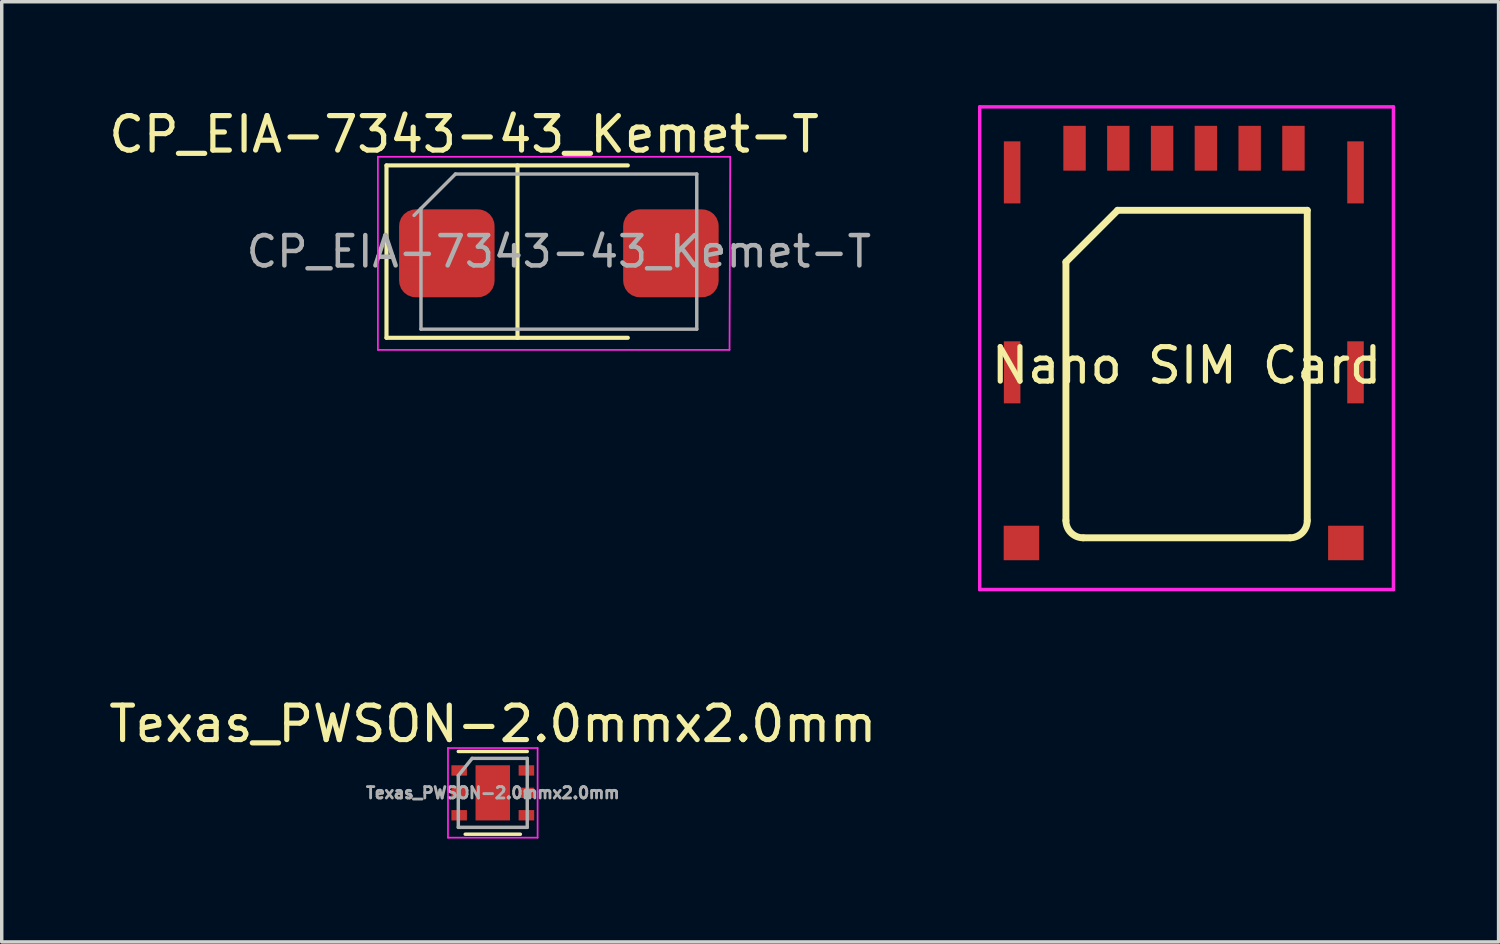
<source format=kicad_pcb>
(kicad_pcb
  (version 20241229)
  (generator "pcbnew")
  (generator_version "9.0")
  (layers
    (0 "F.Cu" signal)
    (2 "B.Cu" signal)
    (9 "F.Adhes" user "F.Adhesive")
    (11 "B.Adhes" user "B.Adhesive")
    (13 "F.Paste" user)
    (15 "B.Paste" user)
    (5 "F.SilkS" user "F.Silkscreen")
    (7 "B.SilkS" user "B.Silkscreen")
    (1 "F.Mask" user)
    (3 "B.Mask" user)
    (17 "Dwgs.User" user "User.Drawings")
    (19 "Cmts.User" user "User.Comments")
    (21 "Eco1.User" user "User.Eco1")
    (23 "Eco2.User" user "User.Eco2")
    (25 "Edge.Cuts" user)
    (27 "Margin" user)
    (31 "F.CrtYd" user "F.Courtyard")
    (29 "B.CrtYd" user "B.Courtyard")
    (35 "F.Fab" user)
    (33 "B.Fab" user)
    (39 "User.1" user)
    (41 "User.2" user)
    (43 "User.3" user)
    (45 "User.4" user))
  (footprint "Texas_PWSON-2.0mmx2.0mm"
    (layer "F.Cu")
    (at 11.244 19.948)
    (property "Reference" "Texas_PWSON-2.0mmx2.0mm" (at 0 -2 0) (layer "F.SilkS") (effects (font (size 1 1) (thickness 0.15))))
    (attr smd)
    (fp_line (start 0.8 1.2) (end -0.8 1.2) (stroke (width 0.1) (type solid)) (layer "F.SilkS"))
    (fp_line (start 1 -1.2) (end -1 -1.2) (stroke (width 0.1) (type solid)) (layer "F.SilkS"))
    (fp_line (start -1.3 -1.3) (end 1.3 -1.3) (stroke (width 0.05) (type solid)) (layer "F.CrtYd"))
    (fp_line (start -1.3 1.3) (end -1.3 -1.3) (stroke (width 0.05) (type solid)) (layer "F.CrtYd"))
    (fp_line (start -1.3 1.3) (end 1.3 1.3) (stroke (width 0.05) (type solid)) (layer "F.CrtYd"))
    (fp_line (start 1.3 1.3) (end 1.3 -1.3) (stroke (width 0.05) (type solid)) (layer "F.CrtYd"))
    (fp_line (start -1 -0.5) (end -0.6 -1) (stroke (width 0.1) (type solid)) (layer "F.Fab"))
    (fp_line (start -1 1) (end -1 -0.5) (stroke (width 0.1) (type solid)) (layer "F.Fab"))
    (fp_line (start 1 -1) (end -0.6 -1) (stroke (width 0.1) (type solid)) (layer "F.Fab"))
    (fp_line (start 1 -1) (end 1 1) (stroke (width 0.1) (type solid)) (layer "F.Fab"))
    (fp_line (start 1 1) (end -1 1) (stroke (width 0.1) (type solid)) (layer "F.Fab"))
    (fp_text user "${REFERENCE}" (at 0 0 0) (layer "F.Fab") (effects (font (size 0.33 0.33) (thickness 0.083))))
    (pad "1" smd rect (at -0.975 -0.65) (size 0.45 0.3) (layers "F.Cu" "F.Mask" "F.Paste"))
    (pad "2" smd rect (at -0.975 0) (size 0.45 0.3) (layers "F.Cu" "F.Mask" "F.Paste"))
    (pad "3" smd rect (at -0.975 0.65) (size 0.45 0.3) (layers "F.Cu" "F.Mask" "F.Paste"))
    (pad "4" smd rect (at 0.975 0.65) (size 0.45 0.3) (layers "F.Cu" "F.Mask" "F.Paste"))
    (pad "5" smd rect (at 0.975 0) (size 0.45 0.3) (layers "F.Cu" "F.Mask" "F.Paste"))
    (pad "6" smd rect (at 0.975 -0.65) (size 0.45 0.3) (layers "F.Cu" "F.Mask" "F.Paste"))
    (pad "7" smd rect (at 0 0) (size 1 1.6) (layers "F.Cu" "F.Mask" "F.Paste")))
  (footprint "Nano SIM Card"
    (layer "F.Cu")
    (at 31.369 3.55)
    (property "Reference" "Nano SIM Card" (at 0 4 0) (layer "F.SilkS") (effects (font (size 1 1) (thickness 0.15))))
    (attr through_hole)
    (fp_line (start -3.5 1) (end -2 -0.5) (stroke (width 0.2) (type solid)) (layer "F.SilkS"))
    (fp_line (start -3.5 8.5) (end -3.5 1) (stroke (width 0.2) (type solid)) (layer "F.SilkS"))
    (fp_line (start -2 -0.5) (end 3.5 -0.5) (stroke (width 0.2) (type solid)) (layer "F.SilkS"))
    (fp_line (start 3 9) (end -3 9) (stroke (width 0.2) (type solid)) (layer "F.SilkS"))
    (fp_line (start 3.5 -0.5) (end 3.5 8.5) (stroke (width 0.2) (type solid)) (layer "F.SilkS"))
    (fp_arc (start -3 9) (mid -3.353553 8.853553) (end -3.5 8.5) (stroke (width 0.2) (type solid)) (layer "F.SilkS"))
    (fp_arc (start 3.5 8.5) (mid 3.353553 8.853553) (end 3 9) (stroke (width 0.2) (type solid)) (layer "F.SilkS"))
    (fp_line (start -6 -3.5) (end -6 10.5) (stroke (width 0.1) (type solid)) (layer "F.CrtYd"))
    (fp_line (start -6 10.5) (end 6 10.5) (stroke (width 0.1) (type solid)) (layer "F.CrtYd"))
    (fp_line (start 6 -3.5) (end -6 -3.5) (stroke (width 0.1) (type solid)) (layer "F.CrtYd"))
    (fp_line (start 6 10.5) (end 6 -3.5) (stroke (width 0.1) (type solid)) (layer "F.CrtYd"))
    (pad "1" smd rect (at 1.83 -2.3) (size 0.65 1.3) (layers "F.Cu" "F.Mask" "F.Paste"))
    (pad "2" smd rect (at -0.71 -2.3) (size 0.65 1.3) (layers "F.Cu" "F.Mask" "F.Paste"))
    (pad "3" smd rect (at -1.98 -2.3) (size 0.65 1.3) (layers "F.Cu" "F.Mask" "F.Paste"))
    (pad "5" smd rect (at 3.1 -2.3) (size 0.65 1.3) (layers "F.Cu" "F.Mask" "F.Paste"))
    (pad "6" smd rect (at 0.56 -2.3) (size 0.65 1.3) (layers "F.Cu" "F.Mask" "F.Paste"))
    (pad "7" smd rect (at -3.25 -2.3) (size 0.65 1.3) (layers "F.Cu" "F.Mask" "F.Paste"))
    (pad "SHIELD" smd rect (at -5.06 -1.6) (size 0.48 1.8) (layers "F.Cu" "F.Mask" "F.Paste"))
    (pad "SHIELD" smd rect (at -5.06 4.2) (size 0.48 1.8) (layers "F.Cu" "F.Mask" "F.Paste"))
    (pad "SHIELD" smd rect (at -4.79 9.15) (size 1.03 1) (layers "F.Cu" "F.Mask" "F.Paste"))
    (pad "SHIELD" smd rect (at 4.62 9.15) (size 1.03 1) (layers "F.Cu" "F.Mask" "F.Paste"))
    (pad "SHIELD" smd rect (at 4.9 -1.6) (size 0.48 1.8) (layers "F.Cu" "F.Mask" "F.Paste"))
    (pad "SHIELD" smd rect (at 4.9 4.2) (size 0.48 1.8) (layers "F.Cu" "F.Mask" "F.Paste")))
  (footprint "CP_EIA-7343-43_Kemet-T"
    (layer "F.Cu")
    (at 12.911 4.248)
    (property "Reference" "CP_EIA-7343-43_Kemet-T" (at -2.5 -3.4 0) (layer "F.SilkS") (effects (font (size 1 1) (thickness 0.15))))
    (attr smd)
    (fp_line (start -4.75 -2.5) (end -4.75 2.5) (stroke (width 0.12) (type solid)) (layer "F.SilkS"))
    (fp_line (start -4.75 2.5) (end 2.25 2.5) (stroke (width 0.12) (type solid)) (layer "F.SilkS"))
    (fp_line (start -0.95 -2.5) (end -0.95 2.5) (stroke (width 0.12) (type solid)) (layer "F.SilkS"))
    (fp_line (start 2.25 -2.5) (end -4.75 -2.5) (stroke (width 0.12) (type solid)) (layer "F.SilkS"))
    (fp_line (start -5 -2.75) (end 5.22 -2.75) (stroke (width 0.05) (type solid)) (layer "F.CrtYd"))
    (fp_line (start -5 2.85) (end -5 -2.75) (stroke (width 0.05) (type solid)) (layer "F.CrtYd"))
    (fp_line (start 5.2 2.85) (end -5 2.85) (stroke (width 0.05) (type solid)) (layer "F.CrtYd"))
    (fp_line (start 5.22 -2.75) (end 5.2 2.85) (stroke (width 0.05) (type solid)) (layer "F.CrtYd"))
    (fp_line (start -3.75 -1.25) (end -3.75 2.25) (stroke (width 0.1) (type solid)) (layer "F.Fab"))
    (fp_line (start -3.75 2.25) (end 4.25 2.25) (stroke (width 0.1) (type solid)) (layer "F.Fab"))
    (fp_line (start -2.75 -2.25) (end -3.95 -1.05) (stroke (width 0.1) (type solid)) (layer "F.Fab"))
    (fp_line (start 4.25 -2.25) (end -2.75 -2.25) (stroke (width 0.1) (type solid)) (layer "F.Fab"))
    (fp_line (start 4.25 2.25) (end 4.25 -2.25) (stroke (width 0.1) (type solid)) (layer "F.Fab"))
    (fp_text user "${REFERENCE}" (at 0.25 0 0) (layer "F.Fab") (effects (font (size 0.88 0.88) (thickness 0.13))))
    (pad "1" smd roundrect (at -3 0.05) (size 2.77 2.55) (layers "F.Cu" "F.Mask" "F.Paste") (roundrect_rratio 0.189))
    (pad "2" smd roundrect (at 3.5 0.05) (size 2.77 2.55) (layers "F.Cu" "F.Mask" "F.Paste") (roundrect_rratio 0.189)))
  (gr_rect
    (start -3 -3)
    (end 40.419 24.273)
    (stroke (width 0.1) (type default))
    (fill no)
    (layer "Edge.Cuts")))
</source>
